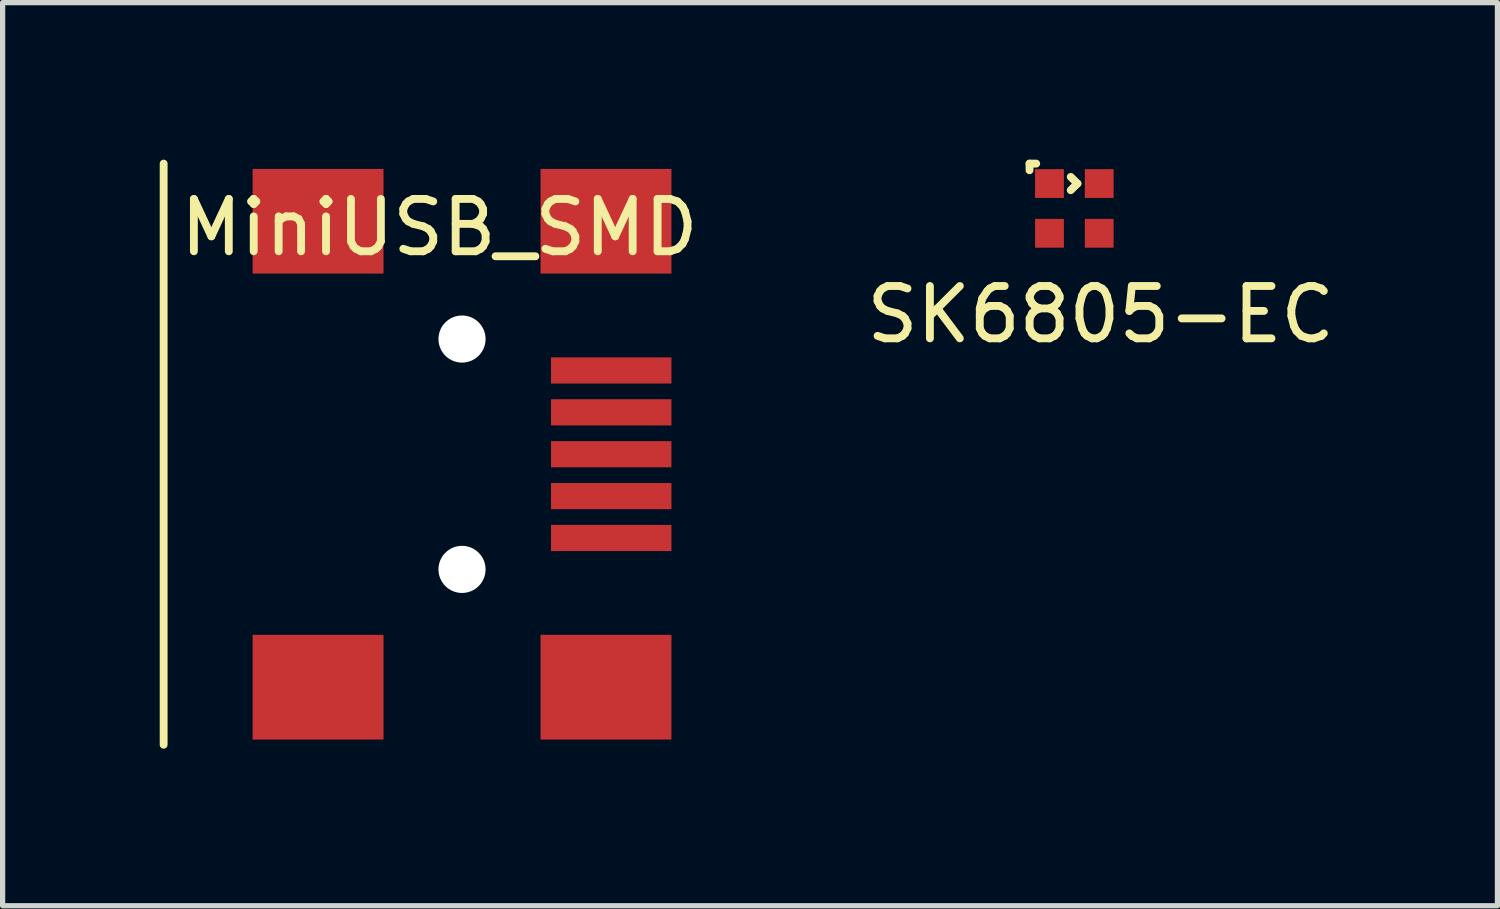
<source format=kicad_pcb>
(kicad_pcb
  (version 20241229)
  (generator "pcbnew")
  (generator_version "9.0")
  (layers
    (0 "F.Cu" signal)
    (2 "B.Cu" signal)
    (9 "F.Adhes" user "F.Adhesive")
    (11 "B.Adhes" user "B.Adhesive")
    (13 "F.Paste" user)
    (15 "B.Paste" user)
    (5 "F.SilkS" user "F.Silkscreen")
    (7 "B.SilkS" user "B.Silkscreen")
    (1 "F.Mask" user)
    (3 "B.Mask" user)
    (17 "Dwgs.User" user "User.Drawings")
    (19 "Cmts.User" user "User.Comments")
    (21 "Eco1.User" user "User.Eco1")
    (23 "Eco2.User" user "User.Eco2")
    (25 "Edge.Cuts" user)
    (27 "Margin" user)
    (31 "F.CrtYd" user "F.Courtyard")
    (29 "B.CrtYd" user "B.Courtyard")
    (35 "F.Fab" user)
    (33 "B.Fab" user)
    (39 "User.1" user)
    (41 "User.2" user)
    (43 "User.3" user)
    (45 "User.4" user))
  (footprint "SK6805-EC"
    (layer "F.Cu")
    (at 17.466 0.926)
    (property "Reference" "SK6805-EC" (at 0.508 2.032 0) (layer "F.SilkS") (effects (font (size 1 1) (thickness 0.15))))
    (attr through_hole)
    (fp_line (start -0.851 -0.851) (end -0.851 -0.724) (stroke (width 0.15) (type solid)) (layer "F.SilkS"))
    (fp_line (start -0.724 -0.851) (end -0.851 -0.851) (stroke (width 0.15) (type solid)) (layer "F.SilkS"))
    (fp_line (start -0.064 -0.597) (end 0.064 -0.47) (stroke (width 0.15) (type solid)) (layer "F.SilkS"))
    (fp_line (start 0.064 -0.47) (end -0.064 -0.343) (stroke (width 0.15) (type solid)) (layer "F.SilkS"))
    (pad "1" smd rect (at -0.47 -0.47) (size 0.55 0.55) (layers "F.Cu" "F.Mask" "F.Paste"))
    (pad "2" smd rect (at -0.47 0.48) (size 0.55 0.55) (layers "F.Cu" "F.Mask" "F.Paste"))
    (pad "3" smd rect (at 0.48 0.48) (size 0.55 0.55) (layers "F.Cu" "F.Mask" "F.Paste"))
    (pad "4" smd rect (at 0.48 -0.47) (size 0.55 0.55) (layers "F.Cu" "F.Mask" "F.Paste")))
  (footprint "MiniUSB_SMD"
    (layer "F.Cu")
    (at 5.776 5.625)
    (property "Reference" "MiniUSB_SMD" (at -0.432 -4.33 0) (layer "F.SilkS") (effects (font (size 1 1) (thickness 0.15))))
    (attr through_hole)
    (fp_line (start -5.7 5.55) (end -5.7 -5.55) (stroke (width 0.15) (type solid)) (layer "F.SilkS"))
    (pad "" np_thru_hole circle (at -0.001 -2.199) (size 0.9 0.9) (drill 0.9) (layers "*.Cu" "*.Mask"))
    (pad "" np_thru_hole circle (at -0.001 2.201) (size 0.9 0.9) (drill 0.9) (layers "*.Cu" "*.Mask"))
    (pad "1" smd rect (at 2.849 -1.599) (size 2.3 0.5) (layers "F.Cu" "F.Mask" "F.Paste"))
    (pad "2" smd rect (at 2.849 -0.799) (size 2.3 0.5) (layers "F.Cu" "F.Mask" "F.Paste"))
    (pad "3" smd rect (at 2.849 0.001) (size 2.3 0.5) (layers "F.Cu" "F.Mask" "F.Paste"))
    (pad "4" smd rect (at 2.849 0.801) (size 2.3 0.5) (layers "F.Cu" "F.Mask" "F.Paste"))
    (pad "5" smd rect (at 2.849 1.601) (size 2.3 0.5) (layers "F.Cu" "F.Mask" "F.Paste"))
    (pad "6" smd rect (at -2.751 -4.449) (size 2.5 2) (layers "F.Cu" "F.Mask" "F.Paste"))
    (pad "6" smd rect (at -2.751 4.451) (size 2.5 2) (layers "F.Cu" "F.Mask" "F.Paste"))
    (pad "6" smd rect (at 2.749 -4.449) (size 2.5 2) (layers "F.Cu" "F.Mask" "F.Paste"))
    (pad "6" smd rect (at 2.749 4.451) (size 2.5 2) (layers "F.Cu" "F.Mask" "F.Paste")))
  (gr_rect
    (start -3 -3)
    (end 25.552 14.25)
    (stroke (width 0.1) (type default))
    (fill no)
    (layer "Edge.Cuts")))
</source>
